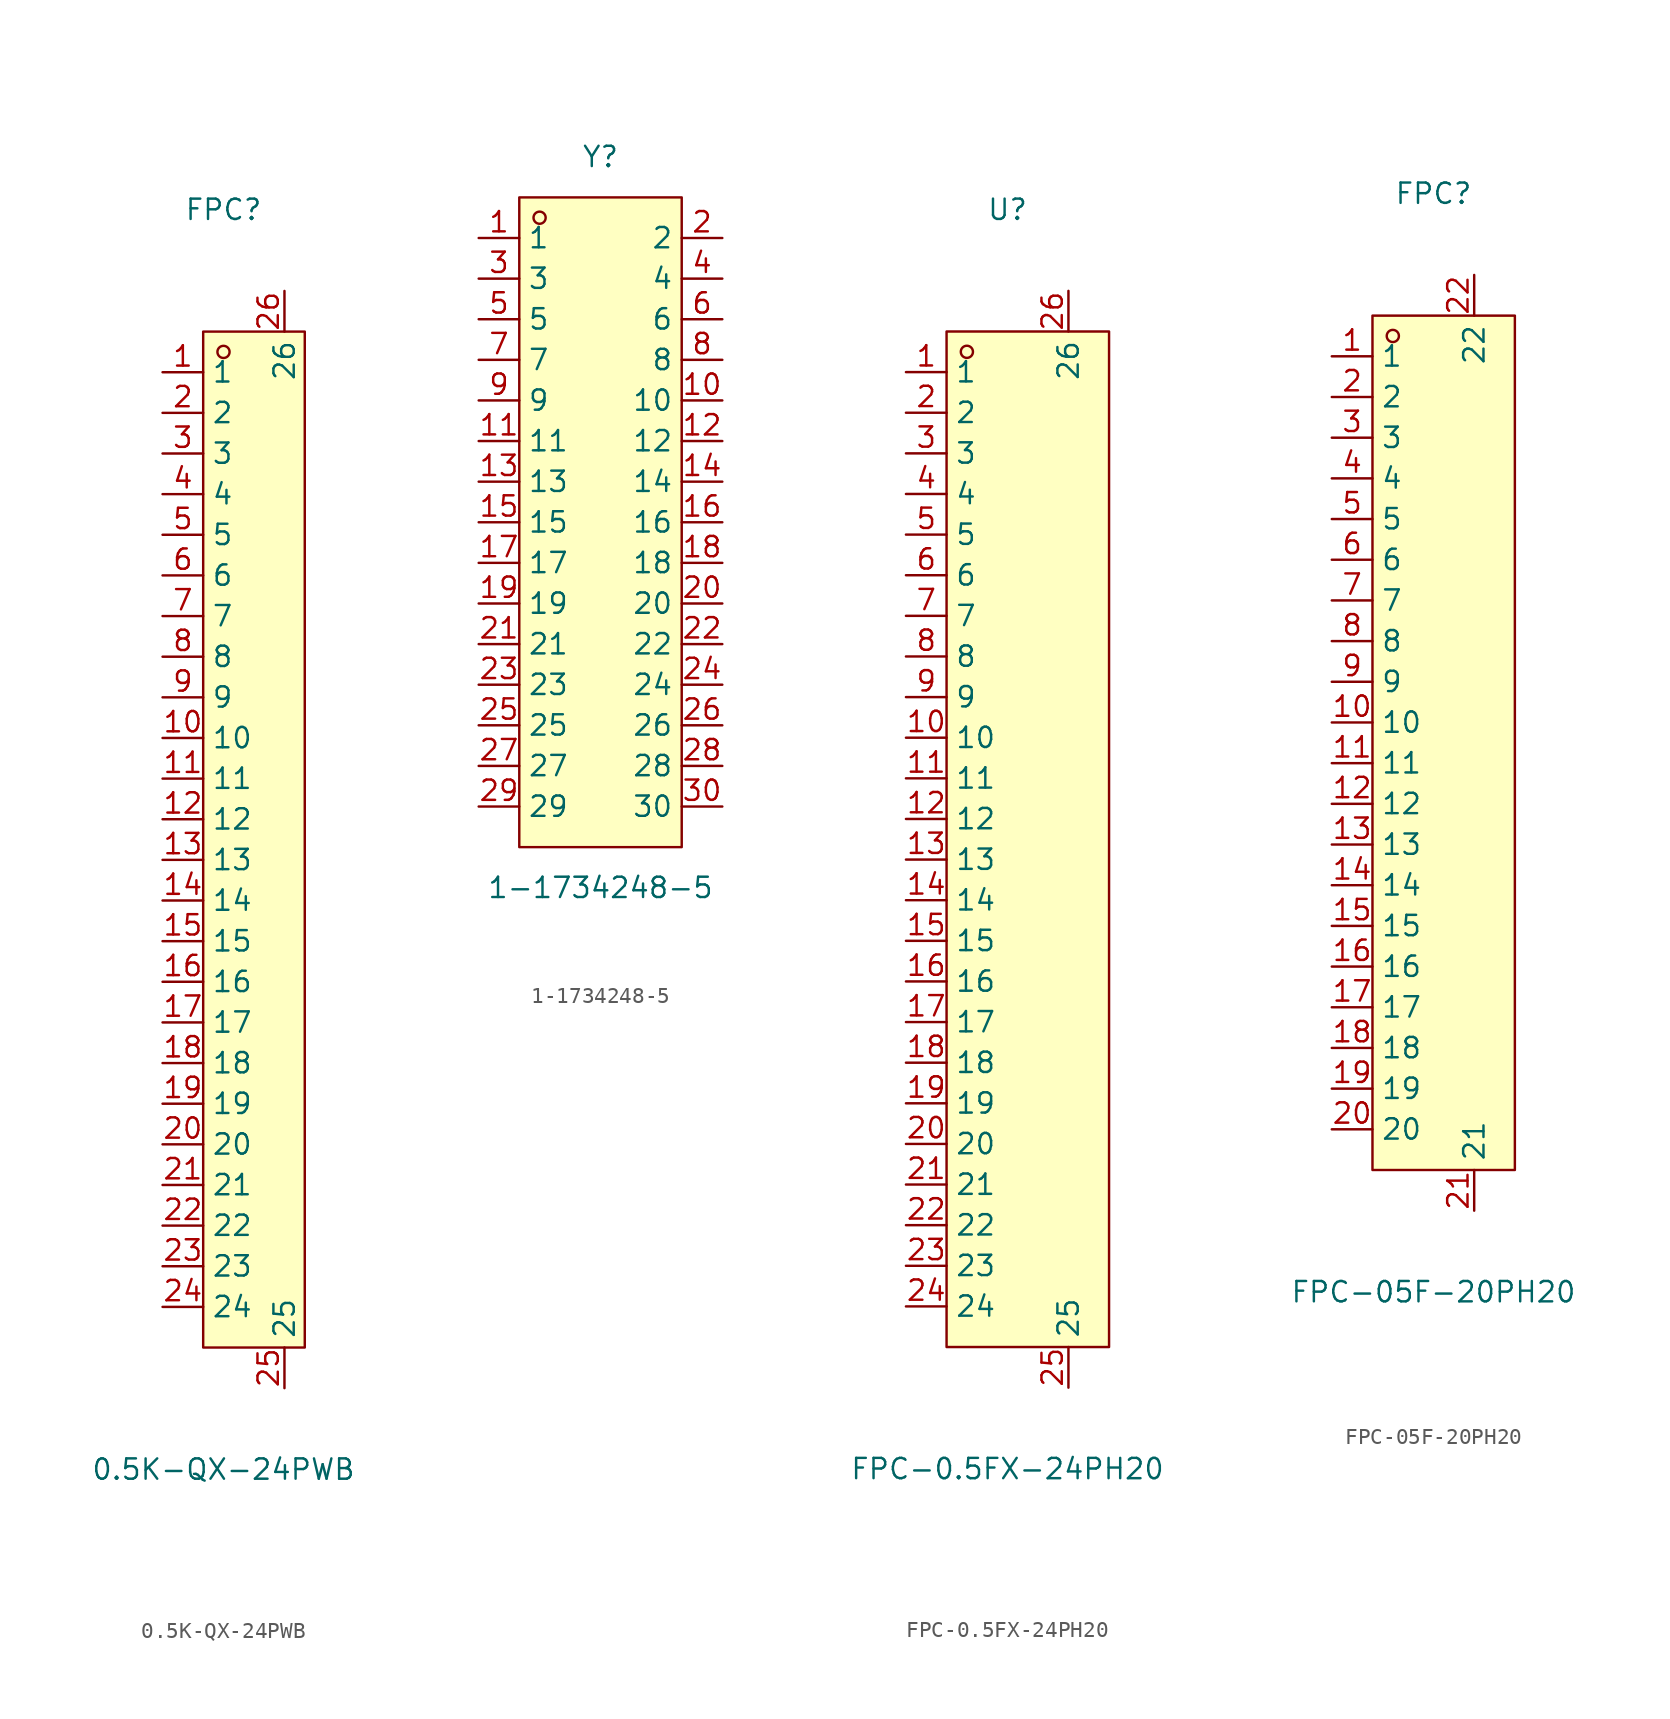
<source format=kicad_sym>
(kicad_symbol_lib
  (version 20211014)
  (generator https://github.com/uPesy/easyeda2kicad.py)
  (symbol "0.5K-QX-24PWB"
    (property "Reference" "FPC"
      (at 0 39.37 0)
      (effects (font (size 1.27 1.27))))
    (property "Value" "0.5K-QX-24PWB"
      (at 0 -39.37 0)
      (effects (font (size 1.27 1.27))))
    (symbol "0.5K-QX-24PWB_0_1"
      (rectangle (start -1.27 31.75) (end 5.08 -31.75) (stroke (width 0) (type default) (color 0 0 0 0)) (fill (type background)))
      (circle (center 0.00 30.48) (radius 0.38) (stroke (width 0) (type default) (color 0 0 0 0)) (fill (type none)))
      (pin unspecified line (at -3.81 29.21 0) (length 2.54) (name "1" (effects (font (size 1.27 1.27)))) (number "1" (effects (font (size 1.27 1.27)))))
      (pin unspecified line (at -3.81 26.67 0) (length 2.54) (name "2" (effects (font (size 1.27 1.27)))) (number "2" (effects (font (size 1.27 1.27)))))
      (pin unspecified line (at -3.81 24.13 0) (length 2.54) (name "3" (effects (font (size 1.27 1.27)))) (number "3" (effects (font (size 1.27 1.27)))))
      (pin unspecified line (at -3.81 21.59 0) (length 2.54) (name "4" (effects (font (size 1.27 1.27)))) (number "4" (effects (font (size 1.27 1.27)))))
      (pin unspecified line (at -3.81 19.05 0) (length 2.54) (name "5" (effects (font (size 1.27 1.27)))) (number "5" (effects (font (size 1.27 1.27)))))
      (pin unspecified line (at -3.81 16.51 0) (length 2.54) (name "6" (effects (font (size 1.27 1.27)))) (number "6" (effects (font (size 1.27 1.27)))))
      (pin unspecified line (at -3.81 13.97 0) (length 2.54) (name "7" (effects (font (size 1.27 1.27)))) (number "7" (effects (font (size 1.27 1.27)))))
      (pin unspecified line (at -3.81 11.43 0) (length 2.54) (name "8" (effects (font (size 1.27 1.27)))) (number "8" (effects (font (size 1.27 1.27)))))
      (pin unspecified line (at -3.81 8.89 0) (length 2.54) (name "9" (effects (font (size 1.27 1.27)))) (number "9" (effects (font (size 1.27 1.27)))))
      (pin unspecified line (at -3.81 6.35 0) (length 2.54) (name "10" (effects (font (size 1.27 1.27)))) (number "10" (effects (font (size 1.27 1.27)))))
      (pin unspecified line (at -3.81 3.81 0) (length 2.54) (name "11" (effects (font (size 1.27 1.27)))) (number "11" (effects (font (size 1.27 1.27)))))
      (pin unspecified line (at -3.81 1.27 0) (length 2.54) (name "12" (effects (font (size 1.27 1.27)))) (number "12" (effects (font (size 1.27 1.27)))))
      (pin unspecified line (at -3.81 -1.27 0) (length 2.54) (name "13" (effects (font (size 1.27 1.27)))) (number "13" (effects (font (size 1.27 1.27)))))
      (pin unspecified line (at -3.81 -3.81 0) (length 2.54) (name "14" (effects (font (size 1.27 1.27)))) (number "14" (effects (font (size 1.27 1.27)))))
      (pin unspecified line (at -3.81 -6.35 0) (length 2.54) (name "15" (effects (font (size 1.27 1.27)))) (number "15" (effects (font (size 1.27 1.27)))))
      (pin unspecified line (at -3.81 -8.89 0) (length 2.54) (name "16" (effects (font (size 1.27 1.27)))) (number "16" (effects (font (size 1.27 1.27)))))
      (pin unspecified line (at -3.81 -11.43 0) (length 2.54) (name "17" (effects (font (size 1.27 1.27)))) (number "17" (effects (font (size 1.27 1.27)))))
      (pin unspecified line (at -3.81 -13.97 0) (length 2.54) (name "18" (effects (font (size 1.27 1.27)))) (number "18" (effects (font (size 1.27 1.27)))))
      (pin unspecified line (at -3.81 -16.51 0) (length 2.54) (name "19" (effects (font (size 1.27 1.27)))) (number "19" (effects (font (size 1.27 1.27)))))
      (pin unspecified line (at -3.81 -19.05 0) (length 2.54) (name "20" (effects (font (size 1.27 1.27)))) (number "20" (effects (font (size 1.27 1.27)))))
      (pin unspecified line (at -3.81 -21.59 0) (length 2.54) (name "21" (effects (font (size 1.27 1.27)))) (number "21" (effects (font (size 1.27 1.27)))))
      (pin unspecified line (at -3.81 -24.13 0) (length 2.54) (name "22" (effects (font (size 1.27 1.27)))) (number "22" (effects (font (size 1.27 1.27)))))
      (pin unspecified line (at -3.81 -26.67 0) (length 2.54) (name "23" (effects (font (size 1.27 1.27)))) (number "23" (effects (font (size 1.27 1.27)))))
      (pin unspecified line (at -3.81 -29.21 0) (length 2.54) (name "24" (effects (font (size 1.27 1.27)))) (number "24" (effects (font (size 1.27 1.27)))))
      (pin unspecified line (at 3.81 -34.29 90) (length 2.54) (name "25" (effects (font (size 1.27 1.27)))) (number "25" (effects (font (size 1.27 1.27)))))
      (pin unspecified line (at 3.81 34.29 270) (length 2.54) (name "26" (effects (font (size 1.27 1.27)))) (number "26" (effects (font (size 1.27 1.27)))))))
  (symbol "1-1734248-5"
    (property "Reference" "Y"
      (at 0 22.86 0)
      (effects (font (size 1.27 1.27))))
    (property "Value" "1-1734248-5"
      (at 0 -22.86 0)
      (effects (font (size 1.27 1.27))))
    (symbol "1-1734248-5_0_1"
      (rectangle (start -5.08 20.32) (end 5.08 -20.32) (stroke (width 0) (type default) (color 0 0 0 0)) (fill (type background)))
      (circle (center -3.81 19.05) (radius 0.38) (stroke (width 0) (type default) (color 0 0 0 0)) (fill (type none)))
      (pin unspecified line (at -7.62 17.78 0) (length 2.54) (name "1" (effects (font (size 1.27 1.27)))) (number "1" (effects (font (size 1.27 1.27)))))
      (pin unspecified line (at 7.62 17.78 180) (length 2.54) (name "2" (effects (font (size 1.27 1.27)))) (number "2" (effects (font (size 1.27 1.27)))))
      (pin unspecified line (at -7.62 15.24 0) (length 2.54) (name "3" (effects (font (size 1.27 1.27)))) (number "3" (effects (font (size 1.27 1.27)))))
      (pin unspecified line (at 7.62 15.24 180) (length 2.54) (name "4" (effects (font (size 1.27 1.27)))) (number "4" (effects (font (size 1.27 1.27)))))
      (pin unspecified line (at -7.62 12.70 0) (length 2.54) (name "5" (effects (font (size 1.27 1.27)))) (number "5" (effects (font (size 1.27 1.27)))))
      (pin unspecified line (at 7.62 12.70 180) (length 2.54) (name "6" (effects (font (size 1.27 1.27)))) (number "6" (effects (font (size 1.27 1.27)))))
      (pin unspecified line (at -7.62 10.16 0) (length 2.54) (name "7" (effects (font (size 1.27 1.27)))) (number "7" (effects (font (size 1.27 1.27)))))
      (pin unspecified line (at 7.62 10.16 180) (length 2.54) (name "8" (effects (font (size 1.27 1.27)))) (number "8" (effects (font (size 1.27 1.27)))))
      (pin unspecified line (at -7.62 7.62 0) (length 2.54) (name "9" (effects (font (size 1.27 1.27)))) (number "9" (effects (font (size 1.27 1.27)))))
      (pin unspecified line (at 7.62 7.62 180) (length 2.54) (name "10" (effects (font (size 1.27 1.27)))) (number "10" (effects (font (size 1.27 1.27)))))
      (pin unspecified line (at -7.62 5.08 0) (length 2.54) (name "11" (effects (font (size 1.27 1.27)))) (number "11" (effects (font (size 1.27 1.27)))))
      (pin unspecified line (at 7.62 5.08 180) (length 2.54) (name "12" (effects (font (size 1.27 1.27)))) (number "12" (effects (font (size 1.27 1.27)))))
      (pin unspecified line (at -7.62 2.54 0) (length 2.54) (name "13" (effects (font (size 1.27 1.27)))) (number "13" (effects (font (size 1.27 1.27)))))
      (pin unspecified line (at 7.62 2.54 180) (length 2.54) (name "14" (effects (font (size 1.27 1.27)))) (number "14" (effects (font (size 1.27 1.27)))))
      (pin unspecified line (at -7.62 -0.00 0) (length 2.54) (name "15" (effects (font (size 1.27 1.27)))) (number "15" (effects (font (size 1.27 1.27)))))
      (pin unspecified line (at 7.62 -0.00 180) (length 2.54) (name "16" (effects (font (size 1.27 1.27)))) (number "16" (effects (font (size 1.27 1.27)))))
      (pin unspecified line (at -7.62 -2.54 0) (length 2.54) (name "17" (effects (font (size 1.27 1.27)))) (number "17" (effects (font (size 1.27 1.27)))))
      (pin unspecified line (at 7.62 -2.54 180) (length 2.54) (name "18" (effects (font (size 1.27 1.27)))) (number "18" (effects (font (size 1.27 1.27)))))
      (pin unspecified line (at -7.62 -5.08 0) (length 2.54) (name "19" (effects (font (size 1.27 1.27)))) (number "19" (effects (font (size 1.27 1.27)))))
      (pin unspecified line (at 7.62 -5.08 180) (length 2.54) (name "20" (effects (font (size 1.27 1.27)))) (number "20" (effects (font (size 1.27 1.27)))))
      (pin unspecified line (at -7.62 -7.62 0) (length 2.54) (name "21" (effects (font (size 1.27 1.27)))) (number "21" (effects (font (size 1.27 1.27)))))
      (pin unspecified line (at 7.62 -7.62 180) (length 2.54) (name "22" (effects (font (size 1.27 1.27)))) (number "22" (effects (font (size 1.27 1.27)))))
      (pin unspecified line (at -7.62 -10.16 0) (length 2.54) (name "23" (effects (font (size 1.27 1.27)))) (number "23" (effects (font (size 1.27 1.27)))))
      (pin unspecified line (at 7.62 -10.16 180) (length 2.54) (name "24" (effects (font (size 1.27 1.27)))) (number "24" (effects (font (size 1.27 1.27)))))
      (pin unspecified line (at -7.62 -12.70 0) (length 2.54) (name "25" (effects (font (size 1.27 1.27)))) (number "25" (effects (font (size 1.27 1.27)))))
      (pin unspecified line (at 7.62 -12.70 180) (length 2.54) (name "26" (effects (font (size 1.27 1.27)))) (number "26" (effects (font (size 1.27 1.27)))))
      (pin unspecified line (at -7.62 -15.24 0) (length 2.54) (name "27" (effects (font (size 1.27 1.27)))) (number "27" (effects (font (size 1.27 1.27)))))
      (pin unspecified line (at 7.62 -15.24 180) (length 2.54) (name "28" (effects (font (size 1.27 1.27)))) (number "28" (effects (font (size 1.27 1.27)))))
      (pin unspecified line (at -7.62 -17.78 0) (length 2.54) (name "29" (effects (font (size 1.27 1.27)))) (number "29" (effects (font (size 1.27 1.27)))))
      (pin unspecified line (at 7.62 -17.78 180) (length 2.54) (name "30" (effects (font (size 1.27 1.27)))) (number "30" (effects (font (size 1.27 1.27)))))))
  (symbol "FPC-0.5FX-24PH20"
    (property "Reference" "U"
      (at 0 39.37 0)
      (effects (font (size 1.27 1.27))))
    (property "Value" "FPC-0.5FX-24PH20"
      (at 0 -39.37 0)
      (effects (font (size 1.27 1.27))))
    (symbol "FPC-0.5FX-24PH20_0_1"
      (rectangle (start -3.81 31.75) (end 6.35 -31.75) (stroke (width 0) (type default) (color 0 0 0 0)) (fill (type background)))
      (circle (center -2.54 30.48) (radius 0.38) (stroke (width 0) (type default) (color 0 0 0 0)) (fill (type none)))
      (pin unspecified line (at -6.35 29.21 0) (length 2.54) (name "1" (effects (font (size 1.27 1.27)))) (number "1" (effects (font (size 1.27 1.27)))))
      (pin unspecified line (at -6.35 26.67 0) (length 2.54) (name "2" (effects (font (size 1.27 1.27)))) (number "2" (effects (font (size 1.27 1.27)))))
      (pin unspecified line (at -6.35 24.13 0) (length 2.54) (name "3" (effects (font (size 1.27 1.27)))) (number "3" (effects (font (size 1.27 1.27)))))
      (pin unspecified line (at -6.35 21.59 0) (length 2.54) (name "4" (effects (font (size 1.27 1.27)))) (number "4" (effects (font (size 1.27 1.27)))))
      (pin unspecified line (at -6.35 19.05 0) (length 2.54) (name "5" (effects (font (size 1.27 1.27)))) (number "5" (effects (font (size 1.27 1.27)))))
      (pin unspecified line (at -6.35 16.51 0) (length 2.54) (name "6" (effects (font (size 1.27 1.27)))) (number "6" (effects (font (size 1.27 1.27)))))
      (pin unspecified line (at -6.35 13.97 0) (length 2.54) (name "7" (effects (font (size 1.27 1.27)))) (number "7" (effects (font (size 1.27 1.27)))))
      (pin unspecified line (at -6.35 11.43 0) (length 2.54) (name "8" (effects (font (size 1.27 1.27)))) (number "8" (effects (font (size 1.27 1.27)))))
      (pin unspecified line (at -6.35 8.89 0) (length 2.54) (name "9" (effects (font (size 1.27 1.27)))) (number "9" (effects (font (size 1.27 1.27)))))
      (pin unspecified line (at -6.35 6.35 0) (length 2.54) (name "10" (effects (font (size 1.27 1.27)))) (number "10" (effects (font (size 1.27 1.27)))))
      (pin unspecified line (at -6.35 3.81 0) (length 2.54) (name "11" (effects (font (size 1.27 1.27)))) (number "11" (effects (font (size 1.27 1.27)))))
      (pin unspecified line (at -6.35 1.27 0) (length 2.54) (name "12" (effects (font (size 1.27 1.27)))) (number "12" (effects (font (size 1.27 1.27)))))
      (pin unspecified line (at -6.35 -1.27 0) (length 2.54) (name "13" (effects (font (size 1.27 1.27)))) (number "13" (effects (font (size 1.27 1.27)))))
      (pin unspecified line (at -6.35 -3.81 0) (length 2.54) (name "14" (effects (font (size 1.27 1.27)))) (number "14" (effects (font (size 1.27 1.27)))))
      (pin unspecified line (at -6.35 -6.35 0) (length 2.54) (name "15" (effects (font (size 1.27 1.27)))) (number "15" (effects (font (size 1.27 1.27)))))
      (pin unspecified line (at -6.35 -8.89 0) (length 2.54) (name "16" (effects (font (size 1.27 1.27)))) (number "16" (effects (font (size 1.27 1.27)))))
      (pin unspecified line (at -6.35 -11.43 0) (length 2.54) (name "17" (effects (font (size 1.27 1.27)))) (number "17" (effects (font (size 1.27 1.27)))))
      (pin unspecified line (at -6.35 -13.97 0) (length 2.54) (name "18" (effects (font (size 1.27 1.27)))) (number "18" (effects (font (size 1.27 1.27)))))
      (pin unspecified line (at -6.35 -16.51 0) (length 2.54) (name "19" (effects (font (size 1.27 1.27)))) (number "19" (effects (font (size 1.27 1.27)))))
      (pin unspecified line (at -6.35 -19.05 0) (length 2.54) (name "20" (effects (font (size 1.27 1.27)))) (number "20" (effects (font (size 1.27 1.27)))))
      (pin unspecified line (at -6.35 -21.59 0) (length 2.54) (name "21" (effects (font (size 1.27 1.27)))) (number "21" (effects (font (size 1.27 1.27)))))
      (pin unspecified line (at -6.35 -24.13 0) (length 2.54) (name "22" (effects (font (size 1.27 1.27)))) (number "22" (effects (font (size 1.27 1.27)))))
      (pin unspecified line (at -6.35 -26.67 0) (length 2.54) (name "23" (effects (font (size 1.27 1.27)))) (number "23" (effects (font (size 1.27 1.27)))))
      (pin unspecified line (at -6.35 -29.21 0) (length 2.54) (name "24" (effects (font (size 1.27 1.27)))) (number "24" (effects (font (size 1.27 1.27)))))
      (pin unspecified line (at 3.81 -34.29 90) (length 2.54) (name "25" (effects (font (size 1.27 1.27)))) (number "25" (effects (font (size 1.27 1.27)))))
      (pin unspecified line (at 3.81 34.29 270) (length 2.54) (name "26" (effects (font (size 1.27 1.27)))) (number "26" (effects (font (size 1.27 1.27)))))))
  (symbol "FPC-05F-20PH20"
    (property "Reference" "FPC"
      (at 0 35.56 0)
      (effects (font (size 1.27 1.27))))
    (property "Value" "FPC-05F-20PH20"
      (at 0 -33.02 0)
      (effects (font (size 1.27 1.27))))
    (symbol "FPC-05F-20PH20_0_1"
      (rectangle (start -3.81 27.94) (end 5.08 -25.40) (stroke (width 0) (type default) (color 0 0 0 0)) (fill (type background)))
      (circle (center -2.54 26.67) (radius 0.38) (stroke (width 0) (type default) (color 0 0 0 0)) (fill (type none)))
      (pin unspecified line (at 2.54 30.48 270) (length 2.54) (name "22" (effects (font (size 1.27 1.27)))) (number "22" (effects (font (size 1.27 1.27)))))
      (pin unspecified line (at 2.54 -27.94 90) (length 2.54) (name "21" (effects (font (size 1.27 1.27)))) (number "21" (effects (font (size 1.27 1.27)))))
      (pin unspecified line (at -6.35 -22.86 0) (length 2.54) (name "20" (effects (font (size 1.27 1.27)))) (number "20" (effects (font (size 1.27 1.27)))))
      (pin unspecified line (at -6.35 -20.32 0) (length 2.54) (name "19" (effects (font (size 1.27 1.27)))) (number "19" (effects (font (size 1.27 1.27)))))
      (pin unspecified line (at -6.35 -17.78 0) (length 2.54) (name "18" (effects (font (size 1.27 1.27)))) (number "18" (effects (font (size 1.27 1.27)))))
      (pin unspecified line (at -6.35 -15.24 0) (length 2.54) (name "17" (effects (font (size 1.27 1.27)))) (number "17" (effects (font (size 1.27 1.27)))))
      (pin unspecified line (at -6.35 -12.70 0) (length 2.54) (name "16" (effects (font (size 1.27 1.27)))) (number "16" (effects (font (size 1.27 1.27)))))
      (pin unspecified line (at -6.35 -10.16 0) (length 2.54) (name "15" (effects (font (size 1.27 1.27)))) (number "15" (effects (font (size 1.27 1.27)))))
      (pin unspecified line (at -6.35 -7.62 0) (length 2.54) (name "14" (effects (font (size 1.27 1.27)))) (number "14" (effects (font (size 1.27 1.27)))))
      (pin unspecified line (at -6.35 -5.08 0) (length 2.54) (name "13" (effects (font (size 1.27 1.27)))) (number "13" (effects (font (size 1.27 1.27)))))
      (pin unspecified line (at -6.35 -2.54 0) (length 2.54) (name "12" (effects (font (size 1.27 1.27)))) (number "12" (effects (font (size 1.27 1.27)))))
      (pin unspecified line (at -6.35 -0.00 0) (length 2.54) (name "11" (effects (font (size 1.27 1.27)))) (number "11" (effects (font (size 1.27 1.27)))))
      (pin unspecified line (at -6.35 2.54 0) (length 2.54) (name "10" (effects (font (size 1.27 1.27)))) (number "10" (effects (font (size 1.27 1.27)))))
      (pin unspecified line (at -6.35 5.08 0) (length 2.54) (name "9" (effects (font (size 1.27 1.27)))) (number "9" (effects (font (size 1.27 1.27)))))
      (pin unspecified line (at -6.35 7.62 0) (length 2.54) (name "8" (effects (font (size 1.27 1.27)))) (number "8" (effects (font (size 1.27 1.27)))))
      (pin unspecified line (at -6.35 10.16 0) (length 2.54) (name "7" (effects (font (size 1.27 1.27)))) (number "7" (effects (font (size 1.27 1.27)))))
      (pin unspecified line (at -6.35 12.70 0) (length 2.54) (name "6" (effects (font (size 1.27 1.27)))) (number "6" (effects (font (size 1.27 1.27)))))
      (pin unspecified line (at -6.35 15.24 0) (length 2.54) (name "5" (effects (font (size 1.27 1.27)))) (number "5" (effects (font (size 1.27 1.27)))))
      (pin unspecified line (at -6.35 17.78 0) (length 2.54) (name "4" (effects (font (size 1.27 1.27)))) (number "4" (effects (font (size 1.27 1.27)))))
      (pin unspecified line (at -6.35 20.32 0) (length 2.54) (name "3" (effects (font (size 1.27 1.27)))) (number "3" (effects (font (size 1.27 1.27)))))
      (pin unspecified line (at -6.35 22.86 0) (length 2.54) (name "2" (effects (font (size 1.27 1.27)))) (number "2" (effects (font (size 1.27 1.27)))))
      (pin unspecified line (at -6.35 25.40 0) (length 2.54) (name "1" (effects (font (size 1.27 1.27)))) (number "1" (effects (font (size 1.27 1.27))))))))
</source>
